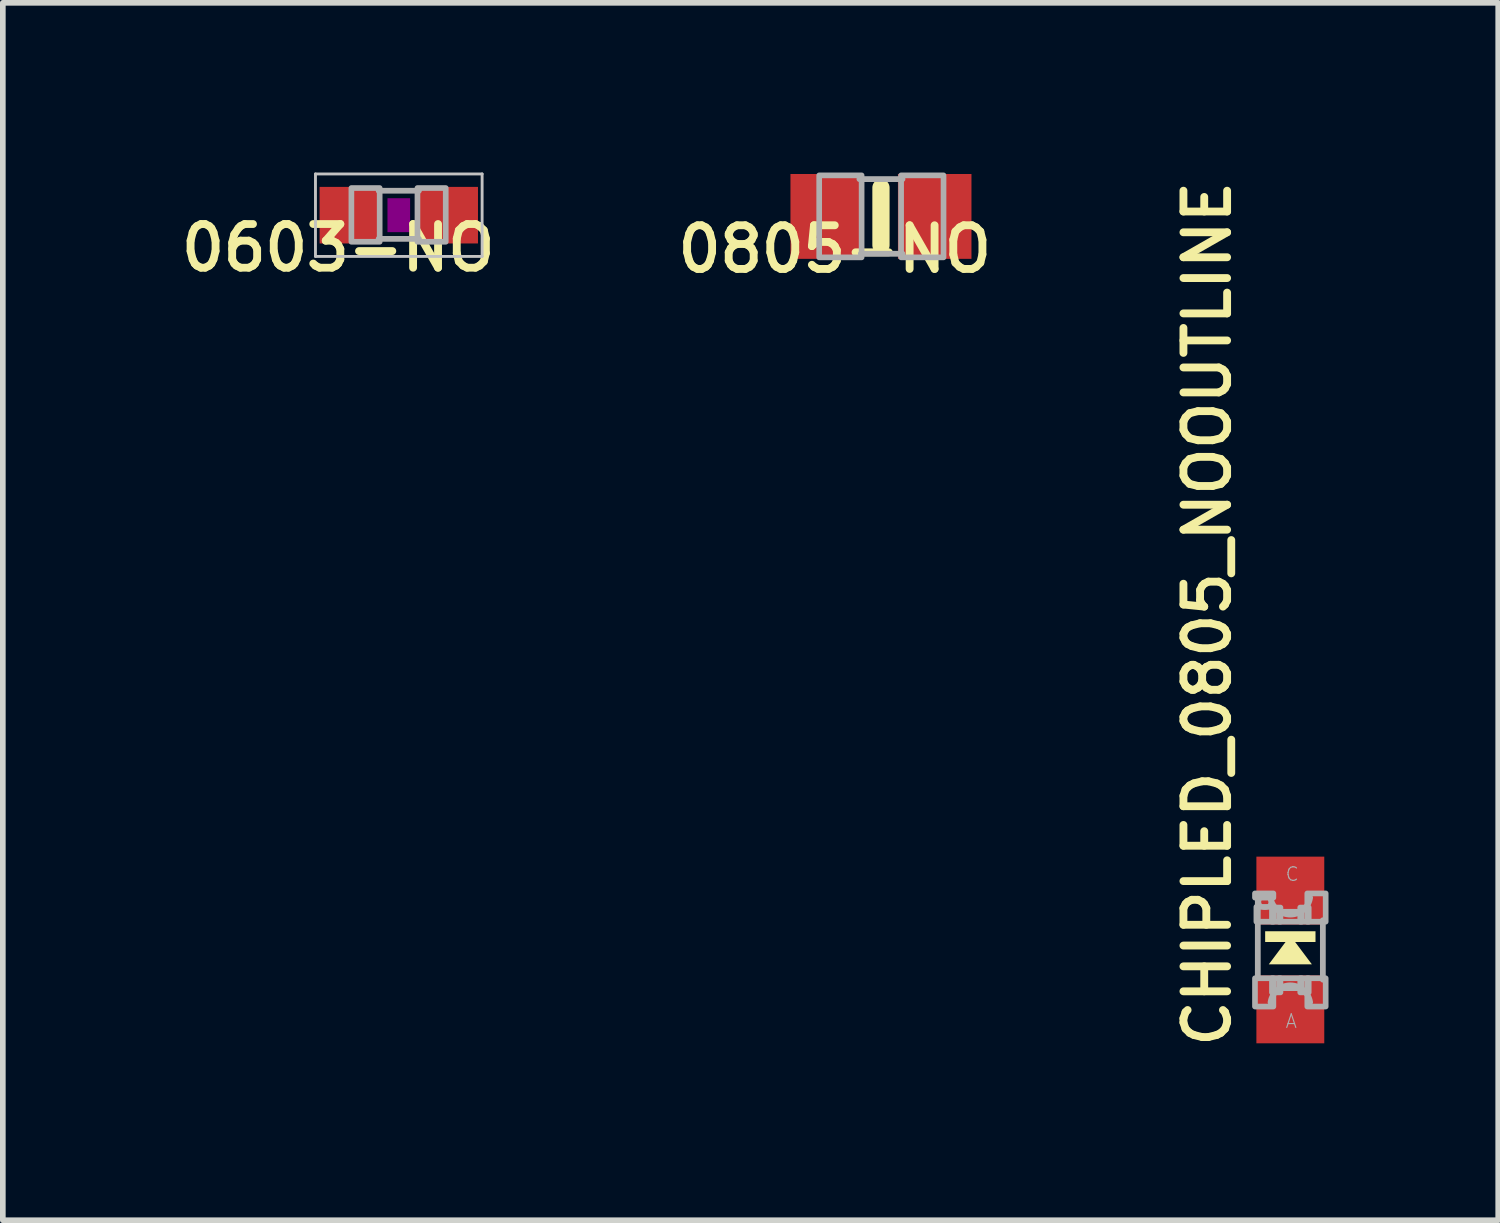
<source format=kicad_pcb>
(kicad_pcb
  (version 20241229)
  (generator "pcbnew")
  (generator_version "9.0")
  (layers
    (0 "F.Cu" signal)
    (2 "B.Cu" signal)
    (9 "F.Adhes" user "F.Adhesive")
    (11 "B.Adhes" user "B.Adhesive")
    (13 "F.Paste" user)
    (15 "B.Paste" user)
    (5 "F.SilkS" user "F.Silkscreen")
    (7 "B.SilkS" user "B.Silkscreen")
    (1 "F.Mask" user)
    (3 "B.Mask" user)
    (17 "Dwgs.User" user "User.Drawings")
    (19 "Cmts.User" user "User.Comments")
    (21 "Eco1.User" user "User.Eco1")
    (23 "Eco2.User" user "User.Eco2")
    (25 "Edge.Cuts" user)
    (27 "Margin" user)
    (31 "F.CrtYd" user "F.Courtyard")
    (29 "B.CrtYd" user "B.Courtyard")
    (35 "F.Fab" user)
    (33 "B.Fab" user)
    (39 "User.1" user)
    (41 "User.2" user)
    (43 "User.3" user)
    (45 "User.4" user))
  (footprint "0805-NO"
    (layer "F.Cu")
    (at 12.524 0.776)
    (property "Reference" "0805-NO" (at 2.032 0.127 180) (layer "F.SilkS") (effects (font (size 0.772 0.772) (thickness 0.139)) (justify right top)))
    (attr through_hole)
    (fp_line (start 0 -0.508) (end 0 0.508) (stroke (width 0.305) (type solid)) (layer "F.SilkS"))
    (fp_line (start -0.381 -0.66) (end 0.381 -0.66) (stroke (width 0.102) (type solid)) (layer "F.Fab"))
    (fp_line (start -0.356 0.66) (end 0.381 0.66) (stroke (width 0.102) (type solid)) (layer "F.Fab"))
    (fp_poly (pts (xy -1.092 0.724) (xy -0.342 0.724) (xy -0.342 -0.726) (xy -1.092 -0.726)) (stroke (width 0.1) (type solid)) (fill no) (layer "F.Fab"))
    (fp_poly (pts (xy 0.356 0.724) (xy 1.106 0.724) (xy 1.106 -0.726) (xy 0.356 -0.726)) (stroke (width 0.1) (type solid)) (fill no) (layer "F.Fab"))
    (pad "1" smd rect (at -0.95 0) (size 1.3 1.5) (layers "F.Cu" "F.Mask" "F.Paste"))
    (pad "2" smd rect (at 0.95 0) (size 1.3 1.5) (layers "F.Cu" "F.Mask" "F.Paste")))
  (footprint "CHIPLED_0805_NOOUTLINE"
    (layer "F.Cu")
    (at 19.761 13.744)
    (property "Reference" "CHIPLED_0805_NOOUTLINE" (at -1.016 1.778 90) (layer "F.SilkS") (effects (font (size 0.772 0.772) (thickness 0.139)) (justify left bottom)))
    (attr through_hole)
    (fp_poly (pts (xy 0 -0.254) (xy -0.381 0.254) (xy 0.381 0.254)) (stroke (width 0) (type solid)) (fill yes) (layer "F.SilkS"))
    (fp_poly (pts (xy -0.445 -0.141) (xy 0.445 -0.141) (xy 0.445 -0.331) (xy -0.445 -0.331)) (stroke (width 0) (type solid)) (fill yes) (layer "F.SilkS"))
    (fp_line (start -0.575 0.5) (end -0.575 -0.925) (stroke (width 0.102) (type solid)) (layer "F.Fab"))
    (fp_line (start 0.575 -0.525) (end 0.575 0.525) (stroke (width 0.102) (type solid)) (layer "F.Fab"))
    (fp_arc (start -0.35 0.925) (mid -0.000001 0.625027) (end 0.35 0.924998) (stroke (width 0.1016) (type solid)) (layer "F.Fab"))
    (fp_arc (start 0.35 -0.924998) (mid -0.000001 -0.625027) (end -0.35 -0.925) (stroke (width 0.1016) (type solid)) (layer "F.Fab"))
    (fp_circle (center -0.45 -0.85) (end -0.347 -0.85) (stroke (width 0.076) (type solid)) (fill no) (layer "F.Fab"))
    (fp_poly (pts (xy -0.625 -0.925) (xy -0.3 -0.925) (xy -0.3 -1) (xy -0.625 -1)) (stroke (width 0.1) (type solid)) (fill no) (layer "F.Fab"))
    (fp_poly (pts (xy -0.625 1) (xy -0.3 1) (xy -0.3 0.5) (xy -0.625 0.5)) (stroke (width 0.1) (type solid)) (fill no) (layer "F.Fab"))
    (fp_poly (pts (xy -0.6 -0.5) (xy -0.3 -0.5) (xy -0.3 -0.762) (xy -0.6 -0.762)) (stroke (width 0.1) (type solid)) (fill no) (layer "F.Fab"))
    (fp_poly (pts (xy -0.325 -0.5) (xy -0.175 -0.5) (xy -0.175 -0.75) (xy -0.325 -0.75)) (stroke (width 0.1) (type solid)) (fill no) (layer "F.Fab"))
    (fp_poly (pts (xy -0.325 0.75) (xy -0.175 0.75) (xy -0.175 0.5) (xy -0.325 0.5)) (stroke (width 0.1) (type solid)) (fill no) (layer "F.Fab"))
    (fp_poly (pts (xy -0.2 -0.5) (xy 0.2 -0.5) (xy 0.2 -0.675) (xy -0.2 -0.675)) (stroke (width 0.1) (type solid)) (fill no) (layer "F.Fab"))
    (fp_poly (pts (xy -0.2 0.675) (xy 0.2 0.675) (xy 0.2 0.5) (xy -0.2 0.5)) (stroke (width 0.1) (type solid)) (fill no) (layer "F.Fab"))
    (fp_poly (pts (xy 0.175 -0.5) (xy 0.325 -0.5) (xy 0.325 -0.75) (xy 0.175 -0.75)) (stroke (width 0.1) (type solid)) (fill no) (layer "F.Fab"))
    (fp_poly (pts (xy 0.175 0.75) (xy 0.325 0.75) (xy 0.325 0.5) (xy 0.175 0.5)) (stroke (width 0.1) (type solid)) (fill no) (layer "F.Fab"))
    (fp_poly (pts (xy 0.3 -0.5) (xy 0.625 -0.5) (xy 0.625 -1) (xy 0.3 -1)) (stroke (width 0.1) (type solid)) (fill no) (layer "F.Fab"))
    (fp_poly (pts (xy 0.3 1) (xy 0.625 1) (xy 0.625 0.5) (xy 0.3 0.5)) (stroke (width 0.1) (type solid)) (fill no) (layer "F.Fab"))
    (fp_text user "A" (at -0.1 1.4 0) (layer "F.Fab") (effects (font (size 0.241 0.241) (thickness 0.02)) (justify left bottom)))
    (fp_text user "C" (at -0.1 -1.2 0) (layer "F.Fab") (effects (font (size 0.241 0.241) (thickness 0.02)) (justify left bottom)))
    (pad "A" smd rect (at 0 1.05) (size 1.2 1.2) (layers "F.Cu" "F.Mask" "F.Paste"))
    (pad "C" smd rect (at 0 -1.05) (size 1.2 1.2) (layers "F.Cu" "F.Mask" "F.Paste")))
  (footprint "0603-NO"
    (layer "F.Cu")
    (at 4 0.754)
    (property "Reference" "0603-NO" (at 1.778 0.127 180) (layer "F.SilkS") (effects (font (size 0.772 0.772) (thickness 0.139)) (justify right top)))
    (attr through_hole)
    (fp_poly (pts (xy -0.2 0.3) (xy 0.2 0.3) (xy 0.2 -0.3) (xy -0.2 -0.3)) (stroke (width 0) (type solid)) (fill yes) (layer "F.Adhes"))
    (fp_line (start -1.473 -0.729) (end 1.473 -0.729) (stroke (width 0.051) (type solid)) (layer "Dwgs.User"))
    (fp_line (start -1.473 0.729) (end -1.473 -0.729) (stroke (width 0.051) (type solid)) (layer "Dwgs.User"))
    (fp_line (start 1.473 -0.729) (end 1.473 0.729) (stroke (width 0.051) (type solid)) (layer "Dwgs.User"))
    (fp_line (start 1.473 0.729) (end -1.473 0.729) (stroke (width 0.051) (type solid)) (layer "Dwgs.User"))
    (fp_line (start -0.356 -0.432) (end 0.356 -0.432) (stroke (width 0.102) (type solid)) (layer "F.Fab"))
    (fp_line (start -0.356 0.419) (end 0.356 0.419) (stroke (width 0.102) (type solid)) (layer "F.Fab"))
    (fp_poly (pts (xy -0.838 0.47) (xy -0.338 0.47) (xy -0.338 -0.48) (xy -0.838 -0.48)) (stroke (width 0.1) (type solid)) (fill no) (layer "F.Fab"))
    (fp_poly (pts (xy 0.33 0.47) (xy 0.83 0.47) (xy 0.83 -0.48) (xy 0.33 -0.48)) (stroke (width 0.1) (type solid)) (fill no) (layer "F.Fab"))
    (pad "1" smd rect (at -0.85 0) (size 1.1 1) (layers "F.Cu" "F.Mask" "F.Paste"))
    (pad "2" smd rect (at 0.85 0) (size 1.1 1) (layers "F.Cu" "F.Mask" "F.Paste")))
  (gr_rect
    (start -3 -3)
    (end 23.436 18.522)
    (stroke (width 0.1) (type default))
    (fill no)
    (layer "Edge.Cuts")))
</source>
